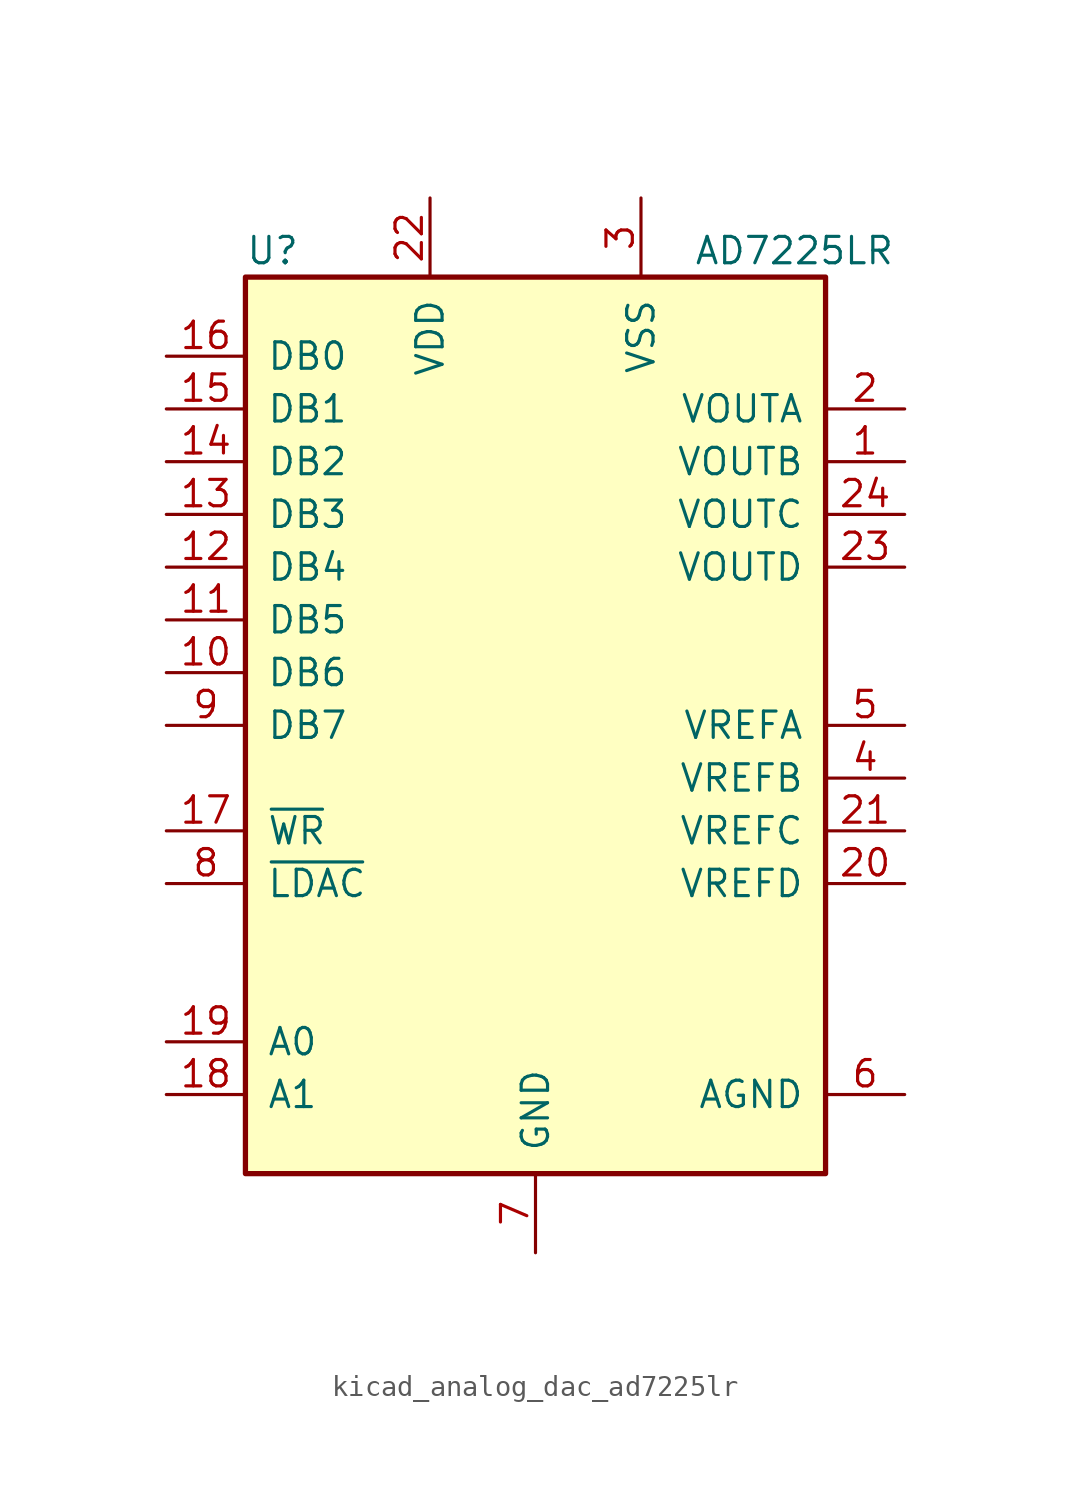
<source format=kicad_sym>
(kicad_symbol_lib
  (version 20220914)
  (generator kicad_symbol_editor)
  (symbol "kicad_analog_dac_ad7225lr"
    (pin_names
      (offset 1.016))
    (property "Reference" "U"
      (at -13.97 22.86 0)
      (effects (font (size 1.27 1.27)) (justify left)))
    (property "Value" "AD7225LR"
      (at 7.62 22.86 0)
      (effects (font (size 1.27 1.27)) (justify left)))
    (symbol "kicad_analog_dac_ad7225lr_0_1"
      (rectangle (start -13.97 -21.59) (end 13.97 21.59) (stroke (width 0.254) (type default)) (fill (type background))))
    (symbol "kicad_analog_dac_ad7225lr_1_1"
      (pin output line (at 17.78 12.7 180) (length 3.81) (name "VOUTB" (effects (font (size 1.27 1.27)))) (number "1" (effects (font (size 1.27 1.27)))))
      (pin input line (at -17.78 2.54 0) (length 3.81) (name "DB6" (effects (font (size 1.27 1.27)))) (number "10" (effects (font (size 1.27 1.27)))))
      (pin input line (at -17.78 5.08 0) (length 3.81) (name "DB5" (effects (font (size 1.27 1.27)))) (number "11" (effects (font (size 1.27 1.27)))))
      (pin input line (at -17.78 7.62 0) (length 3.81) (name "DB4" (effects (font (size 1.27 1.27)))) (number "12" (effects (font (size 1.27 1.27)))))
      (pin input line (at -17.78 10.16 0) (length 3.81) (name "DB3" (effects (font (size 1.27 1.27)))) (number "13" (effects (font (size 1.27 1.27)))))
      (pin input line (at -17.78 12.7 0) (length 3.81) (name "DB2" (effects (font (size 1.27 1.27)))) (number "14" (effects (font (size 1.27 1.27)))))
      (pin input line (at -17.78 15.24 0) (length 3.81) (name "DB1" (effects (font (size 1.27 1.27)))) (number "15" (effects (font (size 1.27 1.27)))))
      (pin input line (at -17.78 17.78 0) (length 3.81) (name "DB0" (effects (font (size 1.27 1.27)))) (number "16" (effects (font (size 1.27 1.27)))))
      (pin input line (at -17.78 -5.08 0) (length 3.81) (name "~{WR}" (effects (font (size 1.27 1.27)))) (number "17" (effects (font (size 1.27 1.27)))))
      (pin input line (at -17.78 -17.78 0) (length 3.81) (name "A1" (effects (font (size 1.27 1.27)))) (number "18" (effects (font (size 1.27 1.27)))))
      (pin input line (at -17.78 -15.24 0) (length 3.81) (name "A0" (effects (font (size 1.27 1.27)))) (number "19" (effects (font (size 1.27 1.27)))))
      (pin output line (at 17.78 15.24 180) (length 3.81) (name "VOUTA" (effects (font (size 1.27 1.27)))) (number "2" (effects (font (size 1.27 1.27)))))
      (pin input line (at 17.78 -7.62 180) (length 3.81) (name "VREFD" (effects (font (size 1.27 1.27)))) (number "20" (effects (font (size 1.27 1.27)))))
      (pin input line (at 17.78 -5.08 180) (length 3.81) (name "VREFC" (effects (font (size 1.27 1.27)))) (number "21" (effects (font (size 1.27 1.27)))))
      (pin power_in line (at -5.08 25.4 270) (length 3.81) (name "VDD" (effects (font (size 1.27 1.27)))) (number "22" (effects (font (size 1.27 1.27)))))
      (pin output line (at 17.78 7.62 180) (length 3.81) (name "VOUTD" (effects (font (size 1.27 1.27)))) (number "23" (effects (font (size 1.27 1.27)))))
      (pin output line (at 17.78 10.16 180) (length 3.81) (name "VOUTC" (effects (font (size 1.27 1.27)))) (number "24" (effects (font (size 1.27 1.27)))))
      (pin power_in line (at 5.08 25.4 270) (length 3.81) (name "VSS" (effects (font (size 1.27 1.27)))) (number "3" (effects (font (size 1.27 1.27)))))
      (pin input line (at 17.78 -2.54 180) (length 3.81) (name "VREFB" (effects (font (size 1.27 1.27)))) (number "4" (effects (font (size 1.27 1.27)))))
      (pin input line (at 17.78 0 180) (length 3.81) (name "VREFA" (effects (font (size 1.27 1.27)))) (number "5" (effects (font (size 1.27 1.27)))))
      (pin input line (at 17.78 -17.78 180) (length 3.81) (name "AGND" (effects (font (size 1.27 1.27)))) (number "6" (effects (font (size 1.27 1.27)))))
      (pin power_in line (at 0 -25.4 90) (length 3.81) (name "GND" (effects (font (size 1.27 1.27)))) (number "7" (effects (font (size 1.27 1.27)))))
      (pin input line (at -17.78 -7.62 0) (length 3.81) (name "~{LDAC}" (effects (font (size 1.27 1.27)))) (number "8" (effects (font (size 1.27 1.27)))))
      (pin input line (at -17.78 0 0) (length 3.81) (name "DB7" (effects (font (size 1.27 1.27)))) (number "9" (effects (font (size 1.27 1.27))))))))
</source>
